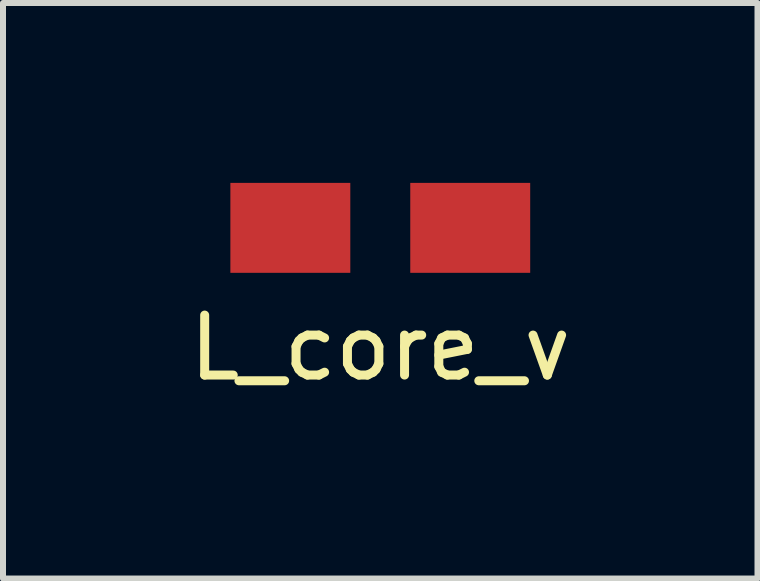
<source format=kicad_pcb>
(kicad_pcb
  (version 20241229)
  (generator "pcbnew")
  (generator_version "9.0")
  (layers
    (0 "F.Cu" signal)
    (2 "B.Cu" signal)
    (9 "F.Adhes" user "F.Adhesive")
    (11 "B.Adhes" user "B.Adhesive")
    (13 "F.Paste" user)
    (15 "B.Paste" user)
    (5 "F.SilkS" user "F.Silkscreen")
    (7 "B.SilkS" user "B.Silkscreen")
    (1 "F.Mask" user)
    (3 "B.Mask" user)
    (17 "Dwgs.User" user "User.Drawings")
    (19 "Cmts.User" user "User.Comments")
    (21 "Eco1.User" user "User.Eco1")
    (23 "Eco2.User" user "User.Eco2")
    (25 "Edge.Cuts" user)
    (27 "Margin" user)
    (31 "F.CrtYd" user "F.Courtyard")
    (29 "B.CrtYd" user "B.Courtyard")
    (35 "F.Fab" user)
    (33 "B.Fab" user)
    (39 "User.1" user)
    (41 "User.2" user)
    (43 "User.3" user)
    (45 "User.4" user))
  (footprint "L_core_v"
    (layer "F.Cu")
    (at 3.292 2.25)
    (property "Reference" "L_core_v" (at 0 0.5 0) (layer "F.SilkS") (effects (font (size 1 1) (thickness 0.15))))
    (attr through_hole)
    (pad "1" smd rect (at -1.5 -1.5) (size 2 1.5) (layers "F.Cu" "F.Mask" "F.Paste"))
    (pad "2" smd rect (at 1.5 -1.5) (size 2 1.5) (layers "F.Cu" "F.Mask" "F.Paste")))
  (gr_rect
    (start -3 -3)
    (end 9.583 6.598)
    (stroke (width 0.1) (type default))
    (fill no)
    (layer "Edge.Cuts")))
</source>
